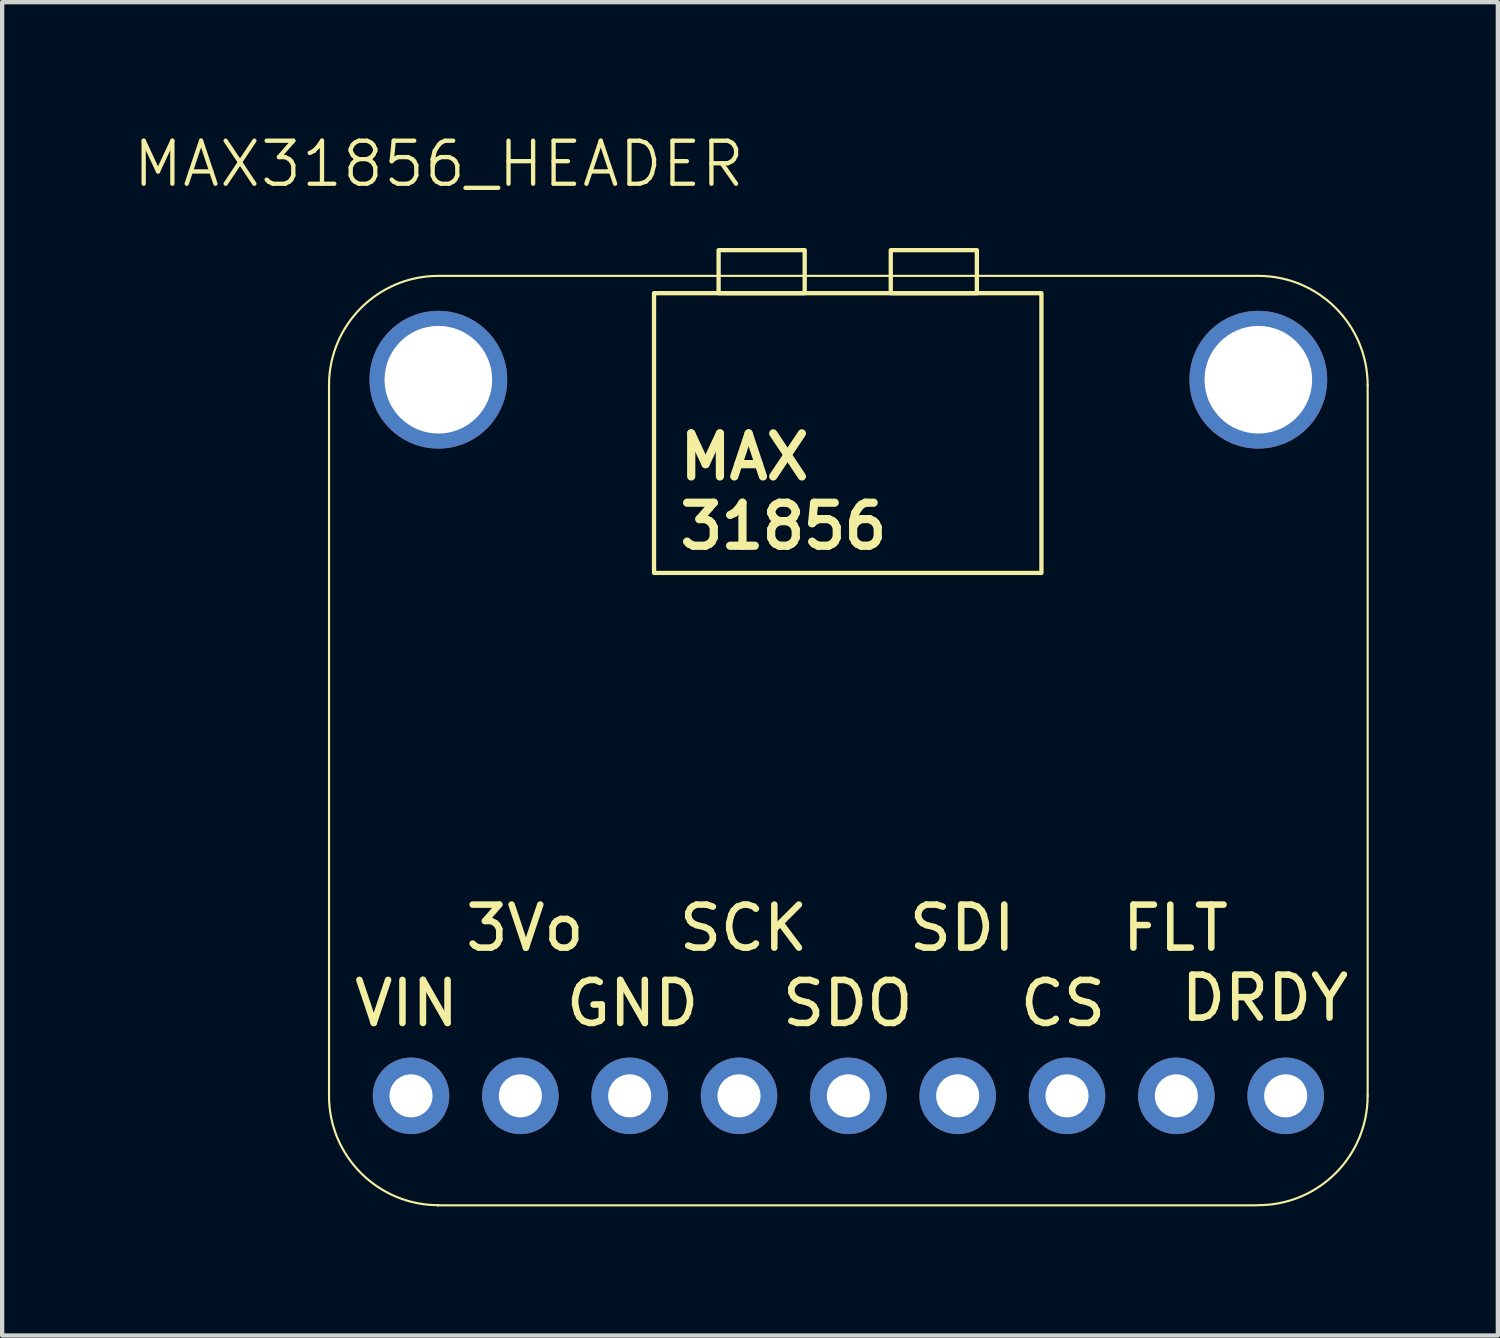
<source format=kicad_pcb>
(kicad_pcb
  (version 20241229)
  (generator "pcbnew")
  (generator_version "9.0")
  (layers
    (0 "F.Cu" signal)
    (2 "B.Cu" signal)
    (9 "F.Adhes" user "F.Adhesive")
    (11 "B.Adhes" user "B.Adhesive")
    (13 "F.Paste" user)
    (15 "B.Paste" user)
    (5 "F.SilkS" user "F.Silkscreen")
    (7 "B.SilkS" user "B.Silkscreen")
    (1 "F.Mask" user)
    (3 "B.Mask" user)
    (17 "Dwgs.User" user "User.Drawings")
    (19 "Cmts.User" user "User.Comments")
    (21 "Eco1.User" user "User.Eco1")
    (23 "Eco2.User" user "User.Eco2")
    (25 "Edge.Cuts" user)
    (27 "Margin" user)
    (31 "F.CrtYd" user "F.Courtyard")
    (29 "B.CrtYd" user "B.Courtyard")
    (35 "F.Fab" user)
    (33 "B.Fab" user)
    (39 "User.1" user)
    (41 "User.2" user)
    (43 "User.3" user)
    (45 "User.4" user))
  (footprint "MAX31856_HEADER"
    (layer "F.Cu")
    (at 7.145 5.761)
    (property "Reference" "MAX31856_HEADER" (at 0 -5 0) (unlocked yes) (layer "F.SilkS") (effects (font (size 1 1) (thickness 0.1))))
    (attr through_hole)
    (fp_line (start -2.551 16.648) (end -2.551 0.138) (stroke (width 0.05) (type solid)) (layer "F.SilkS"))
    (fp_line (start -0.011 -2.402) (end 19.039 -2.402) (stroke (width 0.05) (type solid)) (layer "F.SilkS"))
    (fp_line (start 19.013 19.192) (end -0.037 19.192) (stroke (width 0.05) (type solid)) (layer "F.SilkS"))
    (fp_line (start 21.579 0.138) (end 21.579 16.648) (stroke (width 0.05) (type solid)) (layer "F.SilkS"))
    (fp_rect (start 5 -2) (end 14 4.5) (stroke (width 0.1) (type default)) (fill no) (layer "F.SilkS"))
    (fp_rect (start 6.5 -3) (end 8.5 -2) (stroke (width 0.1) (type default)) (fill no) (layer "F.SilkS"))
    (fp_rect (start 10.5 -3) (end 12.5 -2) (stroke (width 0.1) (type default)) (fill no) (layer "F.SilkS"))
    (fp_arc (start -2.551314 0.138314) (mid -1.807365 -1.657737) (end -0.011314 -2.401686) (stroke (width 0.05) (type solid)) (layer "F.SilkS"))
    (fp_arc (start -0.011314 19.188314) (mid -1.807365 18.444365) (end -2.551314 16.648314) (stroke (width 0.05) (type solid)) (layer "F.SilkS"))
    (fp_arc (start 19.038686 -2.401686) (mid 20.834741 -1.657741) (end 21.578686 0.138314) (stroke (width 0.05) (type solid)) (layer "F.SilkS"))
    (fp_arc (start 21.578686 16.648314) (mid 20.834731 18.444351) (end 19.038686 19.188314) (stroke (width 0.05) (type solid)) (layer "F.SilkS"))
    (fp_text user "CS" (at 14.5 14.5 0) (unlocked yes) (layer "F.SilkS") (effects (font (size 1 1) (thickness 0.152))))
    (fp_text user "SDI" (at 12.16 12.75 0) (unlocked yes) (layer "F.SilkS") (effects (font (size 1 1) (thickness 0.152))))
    (fp_text user "FLT" (at 17.113 12.75 0) (unlocked yes) (layer "F.SilkS") (effects (font (size 1 1) (thickness 0.152))))
    (fp_text user "GND" (at 4.5 14.5 0) (unlocked yes) (layer "F.SilkS") (effects (font (size 1 1) (thickness 0.152))))
    (fp_text user "MAX\n31856" (at 5.5 4 0) (unlocked yes) (layer "F.SilkS") (effects (font (size 1 1) (thickness 0.191)) (justify left bottom)))
    (fp_text user "SCK" (at 7.08 12.75 0) (unlocked yes) (layer "F.SilkS") (effects (font (size 1 1) (thickness 0.152))))
    (fp_text user "DRDY" (at 19.193 14.376 0) (unlocked yes) (layer "F.SilkS") (effects (font (size 1 1) (thickness 0.152))))
    (fp_text user "VIN" (at -0.75 14.5 0) (unlocked yes) (layer "F.SilkS") (effects (font (size 1 1) (thickness 0.152))))
    (fp_text user "SDO" (at 9.5 14.5 0) (unlocked yes) (layer "F.SilkS") (effects (font (size 1 1) (thickness 0.152))))
    (fp_text user "3Vo" (at 2 12.75 0) (unlocked yes) (layer "F.SilkS") (effects (font (size 1 1) (thickness 0.152))))
    (pad "1" thru_hole circle (at 19.674 16.648 270) (size 1.778 1.778) (drill 1) (layers "*.Cu" "*.Mask"))
    (pad "2" thru_hole circle (at 17.134 16.648 270) (size 1.778 1.778) (drill 1) (layers "*.Cu" "*.Mask"))
    (pad "3" thru_hole circle (at 14.594 16.648 270) (size 1.778 1.778) (drill 1) (layers "*.Cu" "*.Mask"))
    (pad "4" thru_hole circle (at 12.054 16.648 270) (size 1.778 1.778) (drill 1) (layers "*.Cu" "*.Mask"))
    (pad "5" thru_hole circle (at 9.514 16.648 270) (size 1.778 1.778) (drill 1) (layers "*.Cu" "*.Mask"))
    (pad "6" thru_hole circle (at 6.974 16.648 270) (size 1.778 1.778) (drill 1) (layers "*.Cu" "*.Mask"))
    (pad "7" thru_hole circle (at 4.434 16.648 270) (size 1.778 1.778) (drill 1) (layers "*.Cu" "*.Mask"))
    (pad "8" thru_hole circle (at 1.894 16.648 270) (size 1.778 1.778) (drill 1) (layers "*.Cu" "*.Mask"))
    (pad "9" thru_hole circle (at -0.646 16.648 270) (size 1.778 1.778) (drill 1) (layers "*.Cu" "*.Mask"))
    (pad "P$1" thru_hole circle (at -0.011 0.011) (size 3.2 3.2) (drill 2.5) (layers "*.Cu" "*.Mask"))
    (pad "P$1" thru_hole circle (at 19.039 0.011) (size 3.2 3.2) (drill 2.5) (layers "*.Cu" "*.Mask"))
    (zone (net_name "") (layer "F.Cu") (hatch edge 0.5) (connect_pads) (min_thickness 0.25) (filled_areas_thickness no) (keepout (tracks not_allowed) (vias not_allowed) (pads not_allowed) (copperpour not_allowed) (footprints allowed)) (placement (enabled no)) (fill) (polygon (pts (xy 9.15 5.772) (xy 9.13 5.491) (xy 9.072 5.216) (xy 8.976 4.952) (xy 8.87 4.753) (xy 8.739 4.507) (xy 8.483 4.274) (xy 8.261 4.1) (xy 8.018 3.96) (xy 7.757 3.854) (xy 7.484 3.786) (xy 7.204 3.757) (xy 6.923 3.767) (xy 6.646 3.816) (xy 6.379 3.903) (xy 6.126 4.026) (xy 5.893 4.183) (xy 5.684 4.371) (xy 5.503 4.587) (xy 5.354 4.825) (xy 5.24 5.082) (xy 5.162 5.353) (xy 5.123 5.631) (xy 5.123 5.912) (xy 5.162 6.191) (xy 5.24 6.461) (xy 5.354 6.718) (xy 5.503 6.957) (xy 5.684 7.172) (xy 5.893 7.36) (xy 6.126 7.518) (xy 6.379 7.641) (xy 6.646 7.728) (xy 6.923 7.777) (xy 7.204 7.787) (xy 7.484 7.757) (xy 7.757 7.689) (xy 8.018 7.584) (xy 8.261 7.443) (xy 8.483 7.27) (xy 8.678 7.068) (xy 8.844 6.84) (xy 8.976 6.592) (xy 9.072 6.327) (xy 9.13 6.052))) (polygon (pts (xy 7.118 5.772) (xy 7.123 5.783) (xy 7.134 5.788) (xy 7.145 5.783) (xy 7.15 5.772) (xy 7.145 5.761) (xy 7.134 5.756) (xy 7.123 5.761))))
    (zone (net_name "") (layer "F.Cu") (hatch edge 0.5) (connect_pads) (min_thickness 0.25) (filled_areas_thickness no) (keepout (tracks not_allowed) (vias not_allowed) (pads not_allowed) (copperpour not_allowed) (footprints allowed)) (placement (enabled no)) (fill) (polygon (pts (xy 28.2 5.772) (xy 28.18 5.491) (xy 28.122 5.216) (xy 28.026 4.952) (xy 27.894 4.703) (xy 27.728 4.476) (xy 27.533 4.274) (xy 27.311 4.1) (xy 27.068 3.96) (xy 26.807 3.854) (xy 26.534 3.786) (xy 26.254 3.757) (xy 25.973 3.767) (xy 25.696 3.816) (xy 25.429 3.903) (xy 25.176 4.026) (xy 24.943 4.183) (xy 24.734 4.371) (xy 24.553 4.587) (xy 24.404 4.825) (xy 24.29 5.082) (xy 24.212 5.353) (xy 24.173 5.631) (xy 24.173 5.912) (xy 24.212 6.191) (xy 24.29 6.461) (xy 24.404 6.718) (xy 24.553 6.957) (xy 24.734 7.172) (xy 24.943 7.36) (xy 25.176 7.518) (xy 25.429 7.641) (xy 25.696 7.728) (xy 25.973 7.777) (xy 26.254 7.787) (xy 26.534 7.757) (xy 26.807 7.689) (xy 27.068 7.584) (xy 27.311 7.443) (xy 27.533 7.27) (xy 27.728 7.068) (xy 27.894 6.84) (xy 28.026 6.592) (xy 28.122 6.327) (xy 28.18 6.052))) (polygon (pts (xy 26.168 5.772) (xy 26.173 5.783) (xy 26.184 5.788) (xy 26.195 5.783) (xy 26.2 5.772) (xy 26.195 5.761) (xy 26.184 5.756) (xy 26.173 5.761))))
    (zone (net_name "") (layer "B.Cu") (hatch edge 0.5) (connect_pads) (min_thickness 0.25) (filled_areas_thickness no) (keepout (tracks not_allowed) (vias not_allowed) (pads not_allowed) (copperpour not_allowed) (footprints allowed)) (placement (enabled no)) (fill) (polygon (pts (xy 9.15 5.772) (xy 9.13 5.491) (xy 9.072 5.216) (xy 8.976 4.952) (xy 8.844 4.703) (xy 8.678 4.476) (xy 8.483 4.274) (xy 8.261 4.1) (xy 8.018 3.96) (xy 7.757 3.854) (xy 7.484 3.786) (xy 7.204 3.757) (xy 6.923 3.767) (xy 6.646 3.816) (xy 6.379 3.903) (xy 6.126 4.026) (xy 5.893 4.183) (xy 5.684 4.371) (xy 5.503 4.587) (xy 5.354 4.825) (xy 5.24 5.082) (xy 5.162 5.353) (xy 5.123 5.631) (xy 5.123 5.912) (xy 5.162 6.191) (xy 5.24 6.461) (xy 5.354 6.718) (xy 5.503 6.957) (xy 5.684 7.172) (xy 5.893 7.36) (xy 6.126 7.518) (xy 6.379 7.641) (xy 6.646 7.728) (xy 6.923 7.777) (xy 7.204 7.787) (xy 7.484 7.757) (xy 7.757 7.689) (xy 8.018 7.584) (xy 8.261 7.443) (xy 8.483 7.27) (xy 8.678 7.068) (xy 8.844 6.84) (xy 8.976 6.592) (xy 9.072 6.327) (xy 9.13 6.052))) (polygon (pts (xy 7.118 5.772) (xy 7.123 5.783) (xy 7.134 5.788) (xy 7.145 5.783) (xy 7.15 5.772) (xy 7.145 5.761) (xy 7.134 5.756) (xy 7.123 5.761))))
    (zone (net_name "") (layer "B.Cu") (hatch edge 0.5) (connect_pads) (min_thickness 0.25) (filled_areas_thickness no) (keepout (tracks not_allowed) (vias not_allowed) (pads not_allowed) (copperpour not_allowed) (footprints allowed)) (placement (enabled no)) (fill) (polygon (pts (xy 28.2 5.772) (xy 28.18 5.491) (xy 28.122 5.216) (xy 28.026 4.952) (xy 27.894 4.703) (xy 27.728 4.476) (xy 27.533 4.274) (xy 27.311 4.1) (xy 27.068 3.96) (xy 26.807 3.854) (xy 26.534 3.786) (xy 26.254 3.757) (xy 25.973 3.767) (xy 25.696 3.816) (xy 25.429 3.903) (xy 25.176 4.026) (xy 24.943 4.183) (xy 24.734 4.371) (xy 24.553 4.587) (xy 24.404 4.825) (xy 24.29 5.082) (xy 24.212 5.353) (xy 24.173 5.631) (xy 24.173 5.912) (xy 24.212 6.191) (xy 24.29 6.461) (xy 24.404 6.718) (xy 24.553 6.957) (xy 24.734 7.172) (xy 24.943 7.36) (xy 25.176 7.518) (xy 25.429 7.641) (xy 25.696 7.728) (xy 25.973 7.777) (xy 26.254 7.787) (xy 26.534 7.757) (xy 26.807 7.689) (xy 27.068 7.584) (xy 27.311 7.443) (xy 27.533 7.27) (xy 27.728 7.068) (xy 27.894 6.84) (xy 28.026 6.592) (xy 28.122 6.327) (xy 28.18 6.052))) (polygon (pts (xy 26.168 5.772) (xy 26.173 5.783) (xy 26.184 5.788) (xy 26.195 5.783) (xy 26.2 5.772) (xy 26.195 5.761) (xy 26.184 5.756) (xy 26.173 5.761)))))
  (gr_rect
    (start -3 -3)
    (end 31.749 27.977)
    (stroke (width 0.1) (type default))
    (fill no)
    (layer "Edge.Cuts")))
</source>
